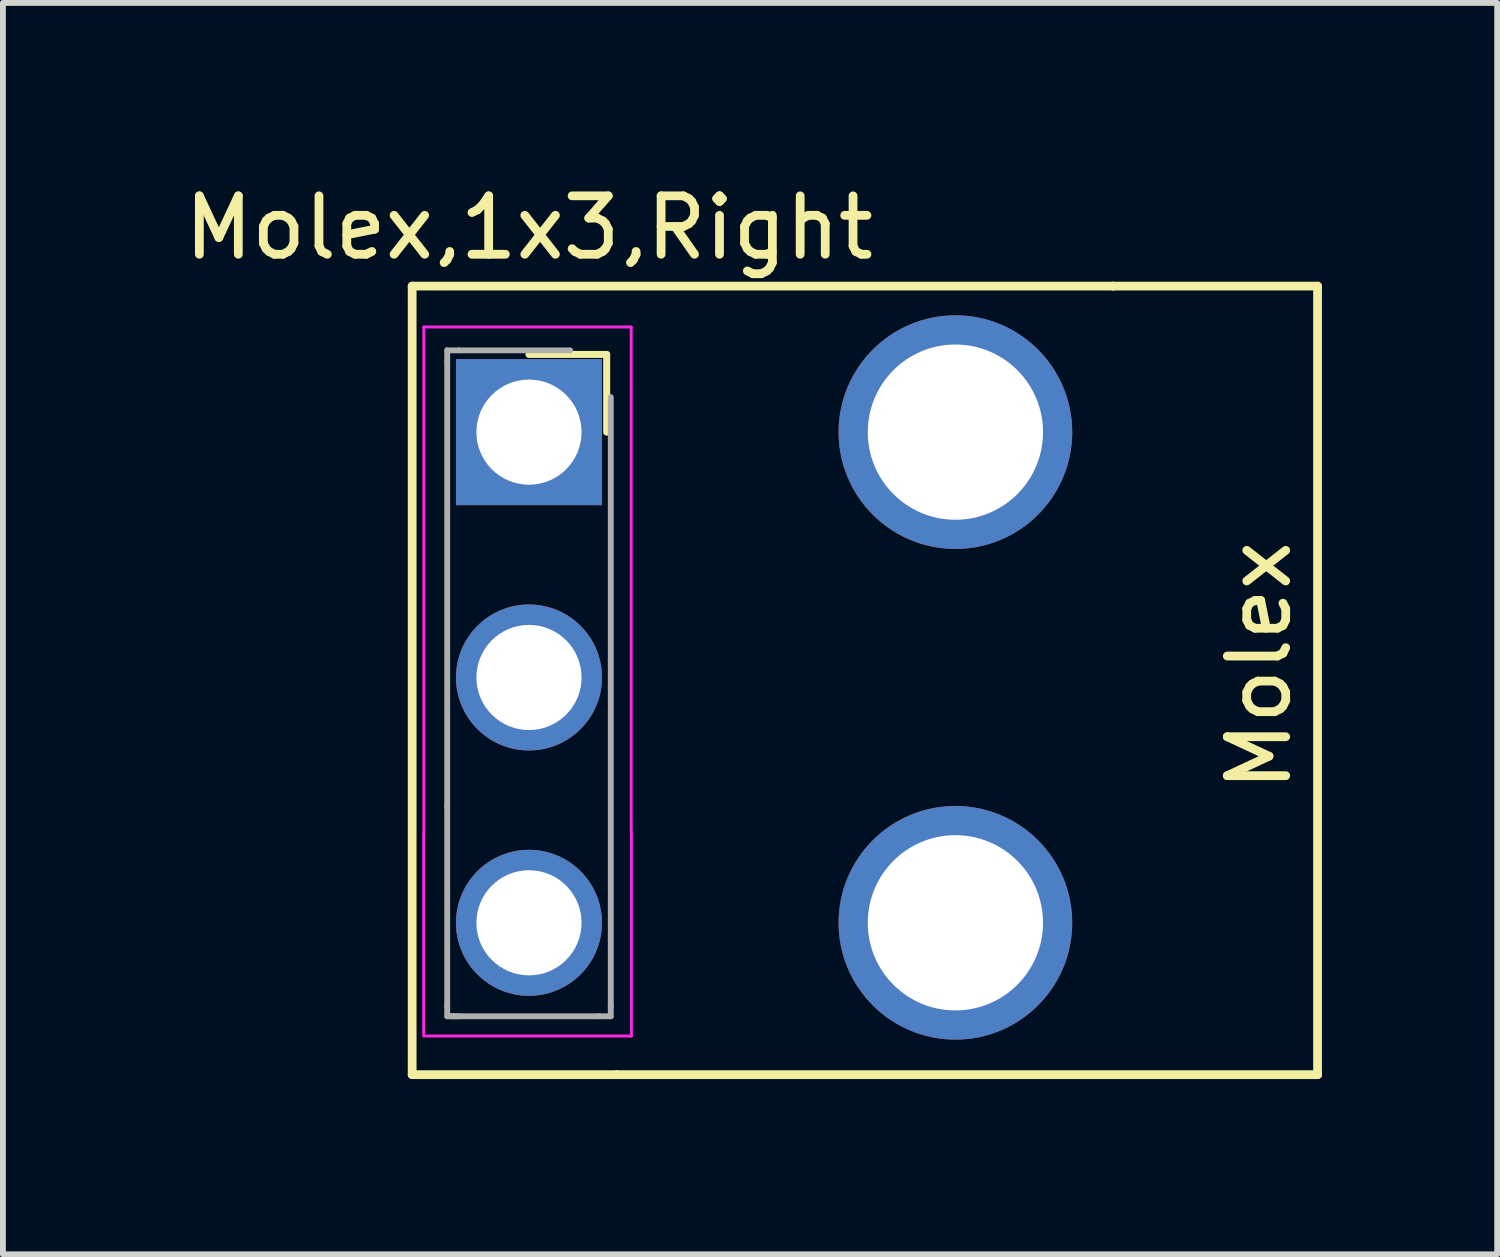
<source format=kicad_pcb>
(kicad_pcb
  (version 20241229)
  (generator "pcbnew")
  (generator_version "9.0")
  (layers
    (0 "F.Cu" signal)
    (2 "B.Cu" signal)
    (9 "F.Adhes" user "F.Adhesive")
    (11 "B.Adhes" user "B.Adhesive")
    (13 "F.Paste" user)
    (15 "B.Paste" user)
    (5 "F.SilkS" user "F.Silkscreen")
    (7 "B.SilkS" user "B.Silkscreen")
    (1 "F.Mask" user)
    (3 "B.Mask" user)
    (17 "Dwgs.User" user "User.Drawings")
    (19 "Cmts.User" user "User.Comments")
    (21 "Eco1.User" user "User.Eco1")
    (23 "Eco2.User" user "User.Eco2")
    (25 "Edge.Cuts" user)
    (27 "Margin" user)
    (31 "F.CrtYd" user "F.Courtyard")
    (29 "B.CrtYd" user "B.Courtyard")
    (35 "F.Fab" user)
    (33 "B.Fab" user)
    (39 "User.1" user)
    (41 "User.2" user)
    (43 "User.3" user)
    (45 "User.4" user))
  (footprint "Molex,1x3,Right"
    (layer "F.Cu")
    (at 6.006 4.348)
    (property "Reference" "Molex,1x3,Right" (at 0 -3.5 0) (layer "F.SilkS") (effects (font (size 1 1) (thickness 0.15))))
    (attr through_hole)
    (fp_line (start -2 -2.5) (end 10 -2.5) (stroke (width 0.15) (type solid)) (layer "F.SilkS"))
    (fp_line (start -2 11) (end -2 -2.5) (stroke (width 0.15) (type solid)) (layer "F.SilkS"))
    (fp_line (start -2 11) (end 1.5 11) (stroke (width 0.15) (type solid)) (layer "F.SilkS"))
    (fp_line (start 0 -1.33) (end 1.33 -1.33) (stroke (width 0.12) (type solid)) (layer "F.SilkS"))
    (fp_line (start 1.33 -1.33) (end 1.33 0) (stroke (width 0.12) (type solid)) (layer "F.SilkS"))
    (fp_line (start 13.5 -2.5) (end 10 -2.5) (stroke (width 0.15) (type solid)) (layer "F.SilkS"))
    (fp_line (start 13.5 -2.5) (end 13.5 11) (stroke (width 0.15) (type solid)) (layer "F.SilkS"))
    (fp_line (start 13.5 11) (end 1.5 11) (stroke (width 0.15) (type solid)) (layer "F.SilkS"))
    (fp_line (start -1.803 10.312) (end -1.803 6.858) (stroke (width 0.05) (type solid)) (layer "F.CrtYd"))
    (fp_line (start -1.8 -1.8) (end 1.75 -1.8) (stroke (width 0.05) (type solid)) (layer "F.CrtYd"))
    (fp_line (start -1.8 6.85) (end -1.8 -1.8) (stroke (width 0.05) (type solid)) (layer "F.CrtYd"))
    (fp_line (start 1.75 -1.8) (end 1.75 6.85) (stroke (width 0.05) (type solid)) (layer "F.CrtYd"))
    (fp_line (start 1.753 6.858) (end 1.753 10.338) (stroke (width 0.05) (type solid)) (layer "F.CrtYd"))
    (fp_line (start 1.753 10.338) (end -1.803 10.338) (stroke (width 0.05) (type solid)) (layer "F.CrtYd"))
    (fp_line (start -1.4 -1.4) (end -1.4 -1.2) (stroke (width 0.1) (type solid)) (layer "F.Fab"))
    (fp_line (start -1.4 6.42) (end -1.4 -1.2) (stroke (width 0.1) (type solid)) (layer "F.Fab"))
    (fp_line (start -1.4 9.8) (end -1.4 10) (stroke (width 0.1) (type solid)) (layer "F.Fab"))
    (fp_line (start -1.4 9.829) (end -1.4 6.4) (stroke (width 0.1) (type solid)) (layer "F.Fab"))
    (fp_line (start -1.4 10) (end -1.2 10) (stroke (width 0.1) (type solid)) (layer "F.Fab"))
    (fp_line (start -1.2 -1.4) (end -1.4 -1.4) (stroke (width 0.1) (type solid)) (layer "F.Fab"))
    (fp_line (start -1.2 -1.4) (end 0.705 -1.4) (stroke (width 0.1) (type solid)) (layer "F.Fab"))
    (fp_line (start 1.2 10) (end -1.34 10) (stroke (width 0.1) (type solid)) (layer "F.Fab"))
    (fp_line (start 1.4 -0.6) (end 1.4 6.385) (stroke (width 0.1) (type solid)) (layer "F.Fab"))
    (fp_line (start 1.4 6.4) (end 1.4 9.829) (stroke (width 0.1) (type solid)) (layer "F.Fab"))
    (fp_line (start 1.4 9.8) (end 1.4 10) (stroke (width 0.1) (type solid)) (layer "F.Fab"))
    (fp_line (start 1.4 10) (end 1.2 10) (stroke (width 0.1) (type solid)) (layer "F.Fab"))
    (fp_text user "Molex" (at 12.5 4 270) (layer "F.SilkS") (effects (font (size 1 1) (thickness 0.15))))
    (pad "" np_thru_hole circle (at 7.3 0) (size 4 4) (drill 3) (layers "*.Cu" "*.Mask"))
    (pad "" np_thru_hole circle (at 7.3 8.4) (size 4 4) (drill 3) (layers "*.Cu" "*.Mask"))
    (pad "1" thru_hole rect (at 0 0) (size 2.5 2.5) (drill 1.8) (layers "*.Cu" "*.Mask"))
    (pad "2" thru_hole circle (at 0 4.2) (size 2.5 2.5) (drill 1.8) (layers "*.Cu" "*.Mask"))
    (pad "3" thru_hole oval (at 0 8.4) (size 2.5 2.5) (drill 1.8) (layers "*.Cu" "*.Mask")))
  (gr_rect
    (start -3 -3)
    (end 22.581 18.423)
    (stroke (width 0.1) (type default))
    (fill no)
    (layer "Edge.Cuts")))
</source>
